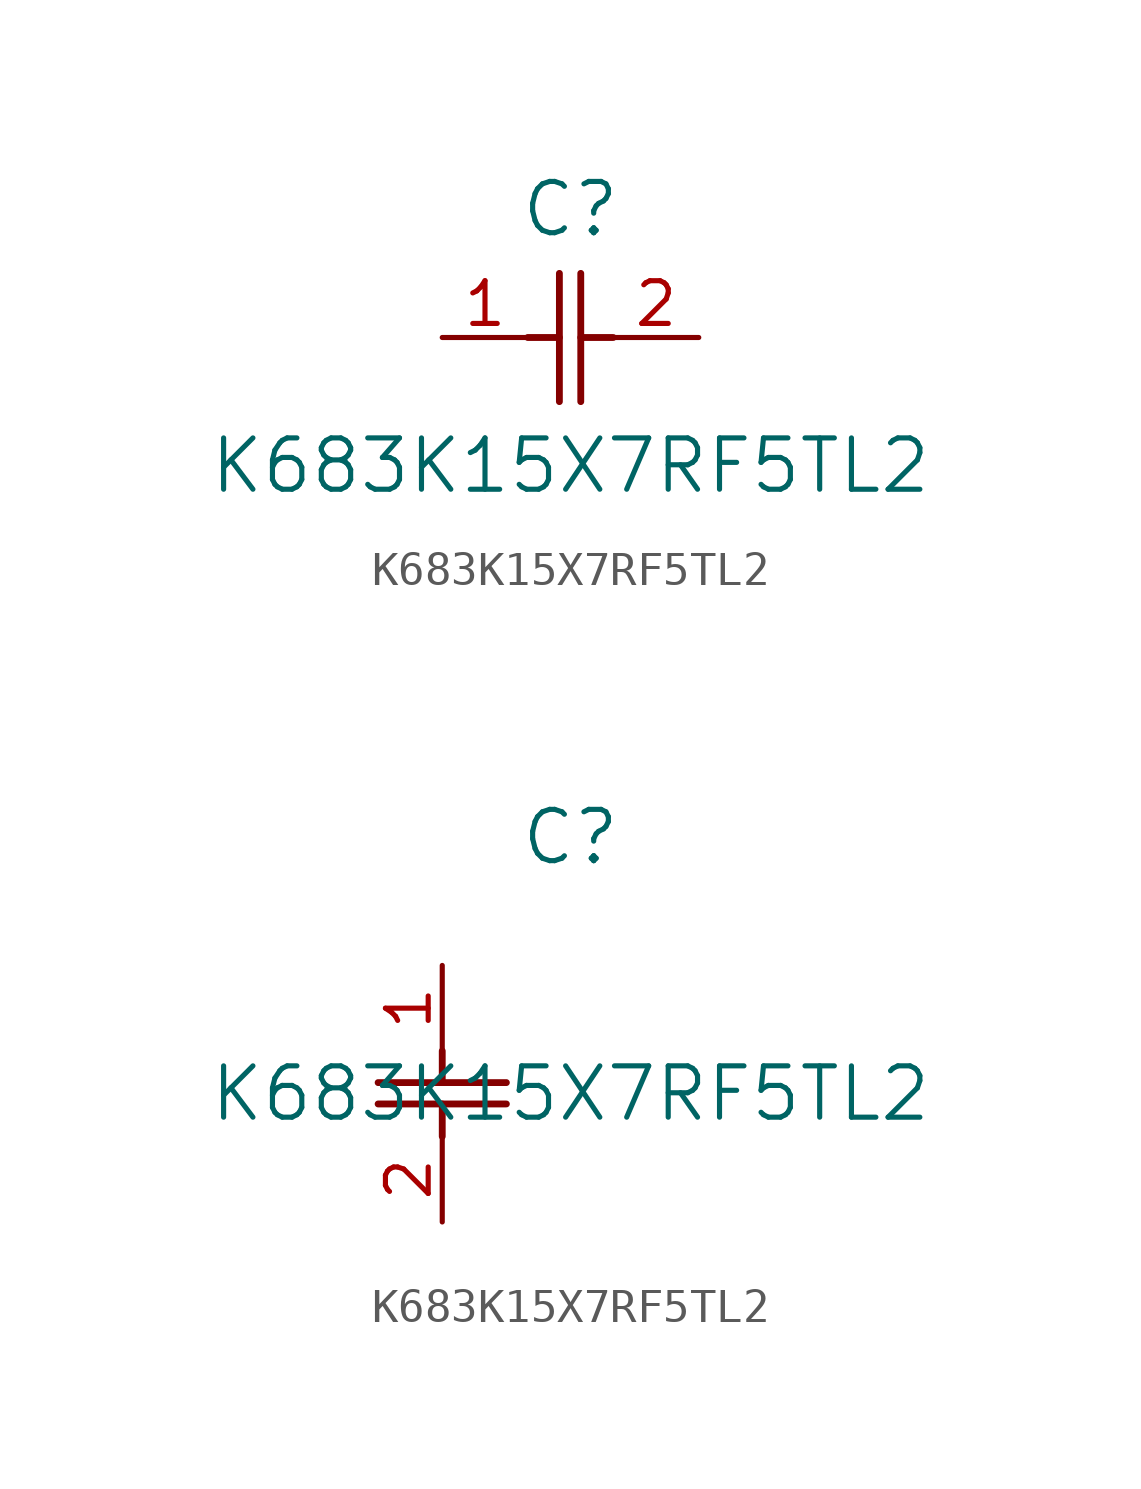
<source format=kicad_sym>
(kicad_symbol_lib
  (version 20211014)
  (generator kicad_symbol_editor)
  (symbol "K683K15X7RF5TL2"
    (pin_names
      (offset 0.254))
    (property "Reference" "C"
      (at 3.81 3.81 0)
      (effects (font (size 1.524 1.524))))
    (property "Value" "K683K15X7RF5TL2"
      (at 3.81 -3.81 0)
      (effects (font (size 1.524 1.524))))
    (symbol "K683K15X7RF5TL2_1_1"
      (polyline (pts (xy 3.48 -1.905) (xy 3.48 1.905)) (stroke (width 0.203) (type default) (color 0 0 0 0)) (fill (type none)))
      (polyline (pts (xy 4.115 -1.905) (xy 4.115 1.905)) (stroke (width 0.203) (type default) (color 0 0 0 0)) (fill (type none)))
      (polyline (pts (xy 4.115 0) (xy 5.08 0)) (stroke (width 0.203) (type default) (color 0 0 0 0)) (fill (type none)))
      (polyline (pts (xy 2.54 0) (xy 3.48 0)) (stroke (width 0.203) (type default) (color 0 0 0 0)) (fill (type none)))
      (pin unspecified line (at 0 0 0) (length 2.54) (name "" (effects (font (size 1.27 1.27)))) (number "1" (effects (font (size 1.27 1.27)))))
      (pin unspecified line (at 7.62 0 180) (length 2.54) (name "" (effects (font (size 1.27 1.27)))) (number "2" (effects (font (size 1.27 1.27))))))
    (symbol "K683K15X7RF5TL2_1_2"
      (polyline (pts (xy -1.905 -3.48) (xy 1.905 -3.48)) (stroke (width 0.203) (type default) (color 0 0 0 0)) (fill (type none)))
      (polyline (pts (xy -1.905 -4.115) (xy 1.905 -4.115)) (stroke (width 0.203) (type default) (color 0 0 0 0)) (fill (type none)))
      (polyline (pts (xy 0 -4.115) (xy 0 -5.08)) (stroke (width 0.203) (type default) (color 0 0 0 0)) (fill (type none)))
      (polyline (pts (xy 0 -2.54) (xy 0 -3.48)) (stroke (width 0.203) (type default) (color 0 0 0 0)) (fill (type none)))
      (pin unspecified line (at 0 0 270) (length 2.54) (name "" (effects (font (size 1.27 1.27)))) (number "1" (effects (font (size 1.27 1.27)))))
      (pin unspecified line (at 0 -7.62 90) (length 2.54) (name "" (effects (font (size 1.27 1.27)))) (number "2" (effects (font (size 1.27 1.27))))))))
</source>
